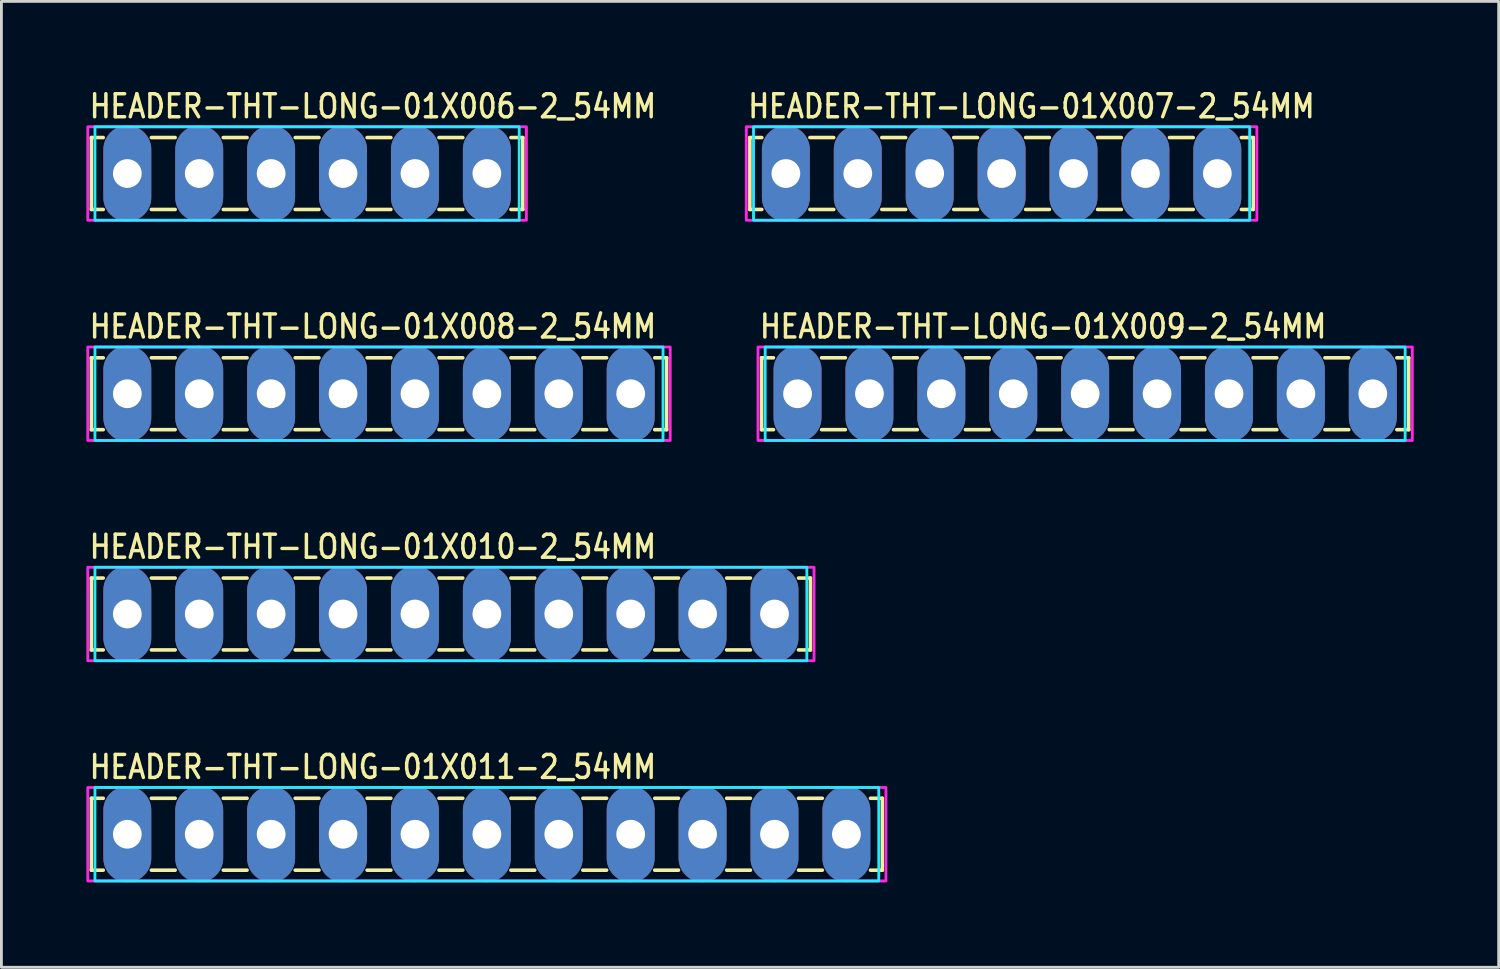
<source format=kicad_pcb>
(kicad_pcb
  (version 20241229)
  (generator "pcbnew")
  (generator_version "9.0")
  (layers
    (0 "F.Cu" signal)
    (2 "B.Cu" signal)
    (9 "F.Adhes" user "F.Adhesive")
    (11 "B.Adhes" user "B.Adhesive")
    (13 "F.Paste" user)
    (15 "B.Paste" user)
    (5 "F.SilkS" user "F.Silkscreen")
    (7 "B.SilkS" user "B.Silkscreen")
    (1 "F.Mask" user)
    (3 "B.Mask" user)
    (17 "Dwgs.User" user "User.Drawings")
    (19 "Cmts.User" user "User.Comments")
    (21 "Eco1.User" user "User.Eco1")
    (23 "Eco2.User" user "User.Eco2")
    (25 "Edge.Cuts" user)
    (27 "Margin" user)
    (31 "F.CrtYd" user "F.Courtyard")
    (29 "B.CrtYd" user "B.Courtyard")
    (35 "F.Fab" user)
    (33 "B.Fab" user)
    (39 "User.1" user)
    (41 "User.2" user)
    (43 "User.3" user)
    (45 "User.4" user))
  (footprint "HEADER-THT-LONG-01X008-2_54MM"
    (layer "F.Cu")
    (at 1.447 10.858)
    (property "Reference" "HEADER-THT-LONG-01X008-2_54MM" (at -1.4 -1.9 0) (unlocked yes) (layer "F.SilkS") (effects (font (size 0.813 0.695) (thickness 0.122)) (justify left bottom)))
    (fp_line (start -1.27 -1.27) (end -1.27 1.27) (stroke (width 0.127) (type solid)) (layer "F.SilkS"))
    (fp_line (start -1.27 1.27) (end -0.85 1.27) (stroke (width 0.127) (type solid)) (layer "F.SilkS"))
    (fp_line (start -0.85 -1.27) (end -1.27 -1.27) (stroke (width 0.127) (type solid)) (layer "F.SilkS"))
    (fp_line (start 0.85 -1.27) (end 1.69 -1.27) (stroke (width 0.127) (type solid)) (layer "F.SilkS"))
    (fp_line (start 0.85 1.27) (end 1.69 1.27) (stroke (width 0.127) (type solid)) (layer "F.SilkS"))
    (fp_line (start 3.39 -1.27) (end 4.23 -1.27) (stroke (width 0.127) (type solid)) (layer "F.SilkS"))
    (fp_line (start 3.39 1.27) (end 4.23 1.27) (stroke (width 0.127) (type solid)) (layer "F.SilkS"))
    (fp_line (start 5.93 -1.27) (end 6.77 -1.27) (stroke (width 0.127) (type solid)) (layer "F.SilkS"))
    (fp_line (start 5.93 1.27) (end 6.77 1.27) (stroke (width 0.127) (type solid)) (layer "F.SilkS"))
    (fp_line (start 8.47 -1.27) (end 9.31 -1.27) (stroke (width 0.127) (type solid)) (layer "F.SilkS"))
    (fp_line (start 8.47 1.27) (end 9.31 1.27) (stroke (width 0.127) (type solid)) (layer "F.SilkS"))
    (fp_line (start 11.01 -1.27) (end 11.85 -1.27) (stroke (width 0.127) (type solid)) (layer "F.SilkS"))
    (fp_line (start 11.01 1.27) (end 11.85 1.27) (stroke (width 0.127) (type solid)) (layer "F.SilkS"))
    (fp_line (start 13.55 -1.27) (end 14.39 -1.27) (stroke (width 0.127) (type solid)) (layer "F.SilkS"))
    (fp_line (start 13.55 1.27) (end 14.39 1.27) (stroke (width 0.127) (type solid)) (layer "F.SilkS"))
    (fp_line (start 16.09 -1.27) (end 16.93 -1.27) (stroke (width 0.127) (type solid)) (layer "F.SilkS"))
    (fp_line (start 16.09 1.27) (end 16.93 1.27) (stroke (width 0.127) (type solid)) (layer "F.SilkS"))
    (fp_line (start 18.63 -1.27) (end 19.05 -1.27) (stroke (width 0.127) (type solid)) (layer "F.SilkS"))
    (fp_line (start 19.05 -1.27) (end 19.05 1.27) (stroke (width 0.127) (type solid)) (layer "F.SilkS"))
    (fp_line (start 19.05 1.27) (end 18.63 1.27) (stroke (width 0.127) (type solid)) (layer "F.SilkS"))
    (fp_poly (pts (xy -1.143 -1.651) (xy 18.923 -1.651) (xy 18.923 1.651) (xy -1.143 1.651)) (stroke (width 0.1) (type solid)) (fill no) (layer "B.CrtYd"))
    (fp_poly (pts (xy -1.397 -1.651) (xy 19.177 -1.651) (xy 19.177 1.651) (xy -1.397 1.651)) (stroke (width 0.1) (type solid)) (fill no) (layer "F.CrtYd"))
    (pad "1" thru_hole oval (at 0 0 90) (size 3.387 1.693) (drill 1.016) (layers "*.Cu" "*.Mask"))
    (pad "2" thru_hole oval (at 2.54 0 90) (size 3.387 1.693) (drill 1.016) (layers "*.Cu" "*.Mask"))
    (pad "3" thru_hole oval (at 5.08 0 90) (size 3.387 1.693) (drill 1.016) (layers "*.Cu" "*.Mask"))
    (pad "4" thru_hole oval (at 7.62 0 90) (size 3.387 1.693) (drill 1.016) (layers "*.Cu" "*.Mask"))
    (pad "5" thru_hole oval (at 10.16 0 90) (size 3.387 1.693) (drill 1.016) (layers "*.Cu" "*.Mask"))
    (pad "6" thru_hole oval (at 12.7 0 90) (size 3.387 1.693) (drill 1.016) (layers "*.Cu" "*.Mask"))
    (pad "7" thru_hole oval (at 15.24 0 90) (size 3.387 1.693) (drill 1.016) (layers "*.Cu" "*.Mask"))
    (pad "8" thru_hole oval (at 17.78 0 90) (size 3.387 1.693) (drill 1.016) (layers "*.Cu" "*.Mask")))
  (footprint "HEADER-THT-LONG-01X010-2_54MM"
    (layer "F.Cu")
    (at 1.447 18.638)
    (property "Reference" "HEADER-THT-LONG-01X010-2_54MM" (at -1.4 -1.9 0) (unlocked yes) (layer "F.SilkS") (effects (font (size 0.813 0.695) (thickness 0.122)) (justify left bottom)))
    (fp_line (start -1.27 -1.27) (end -1.27 1.27) (stroke (width 0.127) (type solid)) (layer "F.SilkS"))
    (fp_line (start -1.27 1.27) (end -0.85 1.27) (stroke (width 0.127) (type solid)) (layer "F.SilkS"))
    (fp_line (start -0.85 -1.27) (end -1.27 -1.27) (stroke (width 0.127) (type solid)) (layer "F.SilkS"))
    (fp_line (start 0.85 -1.27) (end 1.69 -1.27) (stroke (width 0.127) (type solid)) (layer "F.SilkS"))
    (fp_line (start 0.85 1.27) (end 1.69 1.27) (stroke (width 0.127) (type solid)) (layer "F.SilkS"))
    (fp_line (start 3.39 -1.27) (end 4.23 -1.27) (stroke (width 0.127) (type solid)) (layer "F.SilkS"))
    (fp_line (start 3.39 1.27) (end 4.23 1.27) (stroke (width 0.127) (type solid)) (layer "F.SilkS"))
    (fp_line (start 5.93 -1.27) (end 6.77 -1.27) (stroke (width 0.127) (type solid)) (layer "F.SilkS"))
    (fp_line (start 5.93 1.27) (end 6.77 1.27) (stroke (width 0.127) (type solid)) (layer "F.SilkS"))
    (fp_line (start 8.47 -1.27) (end 9.31 -1.27) (stroke (width 0.127) (type solid)) (layer "F.SilkS"))
    (fp_line (start 8.47 1.27) (end 9.31 1.27) (stroke (width 0.127) (type solid)) (layer "F.SilkS"))
    (fp_line (start 11.01 -1.27) (end 11.85 -1.27) (stroke (width 0.127) (type solid)) (layer "F.SilkS"))
    (fp_line (start 11.01 1.27) (end 11.85 1.27) (stroke (width 0.127) (type solid)) (layer "F.SilkS"))
    (fp_line (start 13.55 -1.27) (end 14.39 -1.27) (stroke (width 0.127) (type solid)) (layer "F.SilkS"))
    (fp_line (start 13.55 1.27) (end 14.39 1.27) (stroke (width 0.127) (type solid)) (layer "F.SilkS"))
    (fp_line (start 16.09 -1.27) (end 16.93 -1.27) (stroke (width 0.127) (type solid)) (layer "F.SilkS"))
    (fp_line (start 16.09 1.27) (end 16.93 1.27) (stroke (width 0.127) (type solid)) (layer "F.SilkS"))
    (fp_line (start 18.63 -1.27) (end 19.47 -1.27) (stroke (width 0.127) (type solid)) (layer "F.SilkS"))
    (fp_line (start 18.63 1.27) (end 19.47 1.27) (stroke (width 0.127) (type solid)) (layer "F.SilkS"))
    (fp_line (start 21.17 -1.27) (end 22.01 -1.27) (stroke (width 0.127) (type solid)) (layer "F.SilkS"))
    (fp_line (start 21.17 1.27) (end 22.01 1.27) (stroke (width 0.127) (type solid)) (layer "F.SilkS"))
    (fp_line (start 23.71 -1.27) (end 24.13 -1.27) (stroke (width 0.127) (type solid)) (layer "F.SilkS"))
    (fp_line (start 24.13 -1.27) (end 24.13 1.27) (stroke (width 0.127) (type solid)) (layer "F.SilkS"))
    (fp_line (start 24.13 1.27) (end 23.71 1.27) (stroke (width 0.127) (type solid)) (layer "F.SilkS"))
    (fp_poly (pts (xy -1.143 -1.651) (xy 24.003 -1.651) (xy 24.003 1.651) (xy -1.143 1.651)) (stroke (width 0.1) (type solid)) (fill no) (layer "B.CrtYd"))
    (fp_poly (pts (xy -1.397 -1.651) (xy 24.257 -1.651) (xy 24.257 1.651) (xy -1.397 1.651)) (stroke (width 0.1) (type solid)) (fill no) (layer "F.CrtYd"))
    (pad "1" thru_hole oval (at 0 0 90) (size 3.387 1.693) (drill 1.016) (layers "*.Cu" "*.Mask"))
    (pad "2" thru_hole oval (at 2.54 0 90) (size 3.387 1.693) (drill 1.016) (layers "*.Cu" "*.Mask"))
    (pad "3" thru_hole oval (at 5.08 0 90) (size 3.387 1.693) (drill 1.016) (layers "*.Cu" "*.Mask"))
    (pad "4" thru_hole oval (at 7.62 0 90) (size 3.387 1.693) (drill 1.016) (layers "*.Cu" "*.Mask"))
    (pad "5" thru_hole oval (at 10.16 0 90) (size 3.387 1.693) (drill 1.016) (layers "*.Cu" "*.Mask"))
    (pad "6" thru_hole oval (at 12.7 0 90) (size 3.387 1.693) (drill 1.016) (layers "*.Cu" "*.Mask"))
    (pad "7" thru_hole oval (at 15.24 0 90) (size 3.387 1.693) (drill 1.016) (layers "*.Cu" "*.Mask"))
    (pad "8" thru_hole oval (at 17.78 0 90) (size 3.387 1.693) (drill 1.016) (layers "*.Cu" "*.Mask"))
    (pad "9" thru_hole oval (at 20.32 0 90) (size 3.387 1.693) (drill 1.016) (layers "*.Cu" "*.Mask"))
    (pad "10" thru_hole oval (at 22.86 0 90) (size 3.387 1.693) (drill 1.016) (layers "*.Cu" "*.Mask")))
  (footprint "HEADER-THT-LONG-01X011-2_54MM"
    (layer "F.Cu")
    (at 1.447 26.417)
    (property "Reference" "HEADER-THT-LONG-01X011-2_54MM" (at -1.4 -1.9 0) (unlocked yes) (layer "F.SilkS") (effects (font (size 0.813 0.695) (thickness 0.122)) (justify left bottom)))
    (fp_line (start -1.27 -1.27) (end -1.27 1.27) (stroke (width 0.127) (type solid)) (layer "F.SilkS"))
    (fp_line (start -1.27 1.27) (end -0.85 1.27) (stroke (width 0.127) (type solid)) (layer "F.SilkS"))
    (fp_line (start -0.85 -1.27) (end -1.27 -1.27) (stroke (width 0.127) (type solid)) (layer "F.SilkS"))
    (fp_line (start 0.85 -1.27) (end 1.69 -1.27) (stroke (width 0.127) (type solid)) (layer "F.SilkS"))
    (fp_line (start 0.85 1.27) (end 1.69 1.27) (stroke (width 0.127) (type solid)) (layer "F.SilkS"))
    (fp_line (start 3.39 -1.27) (end 4.23 -1.27) (stroke (width 0.127) (type solid)) (layer "F.SilkS"))
    (fp_line (start 3.39 1.27) (end 4.23 1.27) (stroke (width 0.127) (type solid)) (layer "F.SilkS"))
    (fp_line (start 5.93 -1.27) (end 6.77 -1.27) (stroke (width 0.127) (type solid)) (layer "F.SilkS"))
    (fp_line (start 5.93 1.27) (end 6.77 1.27) (stroke (width 0.127) (type solid)) (layer "F.SilkS"))
    (fp_line (start 8.47 -1.27) (end 9.31 -1.27) (stroke (width 0.127) (type solid)) (layer "F.SilkS"))
    (fp_line (start 8.47 1.27) (end 9.31 1.27) (stroke (width 0.127) (type solid)) (layer "F.SilkS"))
    (fp_line (start 11.01 -1.27) (end 11.85 -1.27) (stroke (width 0.127) (type solid)) (layer "F.SilkS"))
    (fp_line (start 11.01 1.27) (end 11.85 1.27) (stroke (width 0.127) (type solid)) (layer "F.SilkS"))
    (fp_line (start 13.55 -1.27) (end 14.39 -1.27) (stroke (width 0.127) (type solid)) (layer "F.SilkS"))
    (fp_line (start 13.55 1.27) (end 14.39 1.27) (stroke (width 0.127) (type solid)) (layer "F.SilkS"))
    (fp_line (start 16.09 -1.27) (end 16.93 -1.27) (stroke (width 0.127) (type solid)) (layer "F.SilkS"))
    (fp_line (start 16.09 1.27) (end 16.93 1.27) (stroke (width 0.127) (type solid)) (layer "F.SilkS"))
    (fp_line (start 18.63 -1.27) (end 19.47 -1.27) (stroke (width 0.127) (type solid)) (layer "F.SilkS"))
    (fp_line (start 18.63 1.27) (end 19.47 1.27) (stroke (width 0.127) (type solid)) (layer "F.SilkS"))
    (fp_line (start 21.17 -1.27) (end 22.01 -1.27) (stroke (width 0.127) (type solid)) (layer "F.SilkS"))
    (fp_line (start 21.17 1.27) (end 22.01 1.27) (stroke (width 0.127) (type solid)) (layer "F.SilkS"))
    (fp_line (start 23.71 -1.27) (end 24.55 -1.27) (stroke (width 0.127) (type solid)) (layer "F.SilkS"))
    (fp_line (start 23.71 1.27) (end 24.55 1.27) (stroke (width 0.127) (type solid)) (layer "F.SilkS"))
    (fp_line (start 26.25 -1.27) (end 26.67 -1.27) (stroke (width 0.127) (type solid)) (layer "F.SilkS"))
    (fp_line (start 26.67 -1.27) (end 26.67 1.27) (stroke (width 0.127) (type solid)) (layer "F.SilkS"))
    (fp_line (start 26.67 1.27) (end 26.25 1.27) (stroke (width 0.127) (type solid)) (layer "F.SilkS"))
    (fp_poly (pts (xy -1.143 -1.651) (xy 26.543 -1.651) (xy 26.543 1.651) (xy -1.143 1.651)) (stroke (width 0.1) (type solid)) (fill no) (layer "B.CrtYd"))
    (fp_poly (pts (xy -1.397 -1.651) (xy 26.797 -1.651) (xy 26.797 1.651) (xy -1.397 1.651)) (stroke (width 0.1) (type solid)) (fill no) (layer "F.CrtYd"))
    (pad "1" thru_hole oval (at 0 0 90) (size 3.387 1.693) (drill 1.016) (layers "*.Cu" "*.Mask"))
    (pad "2" thru_hole oval (at 2.54 0 90) (size 3.387 1.693) (drill 1.016) (layers "*.Cu" "*.Mask"))
    (pad "3" thru_hole oval (at 5.08 0 90) (size 3.387 1.693) (drill 1.016) (layers "*.Cu" "*.Mask"))
    (pad "4" thru_hole oval (at 7.62 0 90) (size 3.387 1.693) (drill 1.016) (layers "*.Cu" "*.Mask"))
    (pad "5" thru_hole oval (at 10.16 0 90) (size 3.387 1.693) (drill 1.016) (layers "*.Cu" "*.Mask"))
    (pad "6" thru_hole oval (at 12.7 0 90) (size 3.387 1.693) (drill 1.016) (layers "*.Cu" "*.Mask"))
    (pad "7" thru_hole oval (at 15.24 0 90) (size 3.387 1.693) (drill 1.016) (layers "*.Cu" "*.Mask"))
    (pad "8" thru_hole oval (at 17.78 0 90) (size 3.387 1.693) (drill 1.016) (layers "*.Cu" "*.Mask"))
    (pad "9" thru_hole oval (at 20.32 0 90) (size 3.387 1.693) (drill 1.016) (layers "*.Cu" "*.Mask"))
    (pad "10" thru_hole oval (at 22.86 0 90) (size 3.387 1.693) (drill 1.016) (layers "*.Cu" "*.Mask"))
    (pad "11" thru_hole oval (at 25.4 0 90) (size 3.387 1.693) (drill 1.016) (layers "*.Cu" "*.Mask")))
  (footprint "HEADER-THT-LONG-01X006-2_54MM"
    (layer "F.Cu")
    (at 1.447 3.079)
    (property "Reference" "HEADER-THT-LONG-01X006-2_54MM" (at -1.4 -1.9 0) (unlocked yes) (layer "F.SilkS") (effects (font (size 0.813 0.695) (thickness 0.122)) (justify left bottom)))
    (fp_line (start -1.27 -1.27) (end -1.27 1.27) (stroke (width 0.127) (type solid)) (layer "F.SilkS"))
    (fp_line (start -1.27 1.27) (end -0.85 1.27) (stroke (width 0.127) (type solid)) (layer "F.SilkS"))
    (fp_line (start -0.85 -1.27) (end -1.27 -1.27) (stroke (width 0.127) (type solid)) (layer "F.SilkS"))
    (fp_line (start 0.85 -1.27) (end 1.69 -1.27) (stroke (width 0.127) (type solid)) (layer "F.SilkS"))
    (fp_line (start 0.85 1.27) (end 1.69 1.27) (stroke (width 0.127) (type solid)) (layer "F.SilkS"))
    (fp_line (start 3.39 -1.27) (end 4.23 -1.27) (stroke (width 0.127) (type solid)) (layer "F.SilkS"))
    (fp_line (start 3.39 1.27) (end 4.23 1.27) (stroke (width 0.127) (type solid)) (layer "F.SilkS"))
    (fp_line (start 5.93 -1.27) (end 6.77 -1.27) (stroke (width 0.127) (type solid)) (layer "F.SilkS"))
    (fp_line (start 5.93 1.27) (end 6.77 1.27) (stroke (width 0.127) (type solid)) (layer "F.SilkS"))
    (fp_line (start 8.47 -1.27) (end 9.31 -1.27) (stroke (width 0.127) (type solid)) (layer "F.SilkS"))
    (fp_line (start 8.47 1.27) (end 9.31 1.27) (stroke (width 0.127) (type solid)) (layer "F.SilkS"))
    (fp_line (start 11.01 -1.27) (end 11.85 -1.27) (stroke (width 0.127) (type solid)) (layer "F.SilkS"))
    (fp_line (start 11.01 1.27) (end 11.85 1.27) (stroke (width 0.127) (type solid)) (layer "F.SilkS"))
    (fp_line (start 13.55 -1.27) (end 13.97 -1.27) (stroke (width 0.127) (type solid)) (layer "F.SilkS"))
    (fp_line (start 13.97 -1.27) (end 13.97 1.27) (stroke (width 0.127) (type solid)) (layer "F.SilkS"))
    (fp_line (start 13.97 1.27) (end 13.55 1.27) (stroke (width 0.127) (type solid)) (layer "F.SilkS"))
    (fp_poly (pts (xy -1.143 -1.651) (xy 13.843 -1.651) (xy 13.843 1.651) (xy -1.143 1.651)) (stroke (width 0.1) (type solid)) (fill no) (layer "B.CrtYd"))
    (fp_poly (pts (xy -1.397 -1.651) (xy 14.097 -1.651) (xy 14.097 1.651) (xy -1.397 1.651)) (stroke (width 0.1) (type solid)) (fill no) (layer "F.CrtYd"))
    (pad "1" thru_hole oval (at 0 0 90) (size 3.387 1.693) (drill 1.016) (layers "*.Cu" "*.Mask"))
    (pad "2" thru_hole oval (at 2.54 0 90) (size 3.387 1.693) (drill 1.016) (layers "*.Cu" "*.Mask"))
    (pad "3" thru_hole oval (at 5.08 0 90) (size 3.387 1.693) (drill 1.016) (layers "*.Cu" "*.Mask"))
    (pad "4" thru_hole oval (at 7.62 0 90) (size 3.387 1.693) (drill 1.016) (layers "*.Cu" "*.Mask"))
    (pad "5" thru_hole oval (at 10.16 0 90) (size 3.387 1.693) (drill 1.016) (layers "*.Cu" "*.Mask"))
    (pad "6" thru_hole oval (at 12.7 0 90) (size 3.387 1.693) (drill 1.016) (layers "*.Cu" "*.Mask")))
  (footprint "HEADER-THT-LONG-01X009-2_54MM"
    (layer "F.Cu")
    (at 25.121 10.858)
    (property "Reference" "HEADER-THT-LONG-01X009-2_54MM" (at -1.4 -1.9 0) (unlocked yes) (layer "F.SilkS") (effects (font (size 0.813 0.695) (thickness 0.122)) (justify left bottom)))
    (fp_line (start -1.27 -1.27) (end -1.27 1.27) (stroke (width 0.127) (type solid)) (layer "F.SilkS"))
    (fp_line (start -1.27 1.27) (end -0.85 1.27) (stroke (width 0.127) (type solid)) (layer "F.SilkS"))
    (fp_line (start -0.85 -1.27) (end -1.27 -1.27) (stroke (width 0.127) (type solid)) (layer "F.SilkS"))
    (fp_line (start 0.85 -1.27) (end 1.69 -1.27) (stroke (width 0.127) (type solid)) (layer "F.SilkS"))
    (fp_line (start 0.85 1.27) (end 1.69 1.27) (stroke (width 0.127) (type solid)) (layer "F.SilkS"))
    (fp_line (start 3.39 -1.27) (end 4.23 -1.27) (stroke (width 0.127) (type solid)) (layer "F.SilkS"))
    (fp_line (start 3.39 1.27) (end 4.23 1.27) (stroke (width 0.127) (type solid)) (layer "F.SilkS"))
    (fp_line (start 5.93 -1.27) (end 6.77 -1.27) (stroke (width 0.127) (type solid)) (layer "F.SilkS"))
    (fp_line (start 5.93 1.27) (end 6.77 1.27) (stroke (width 0.127) (type solid)) (layer "F.SilkS"))
    (fp_line (start 8.47 -1.27) (end 9.31 -1.27) (stroke (width 0.127) (type solid)) (layer "F.SilkS"))
    (fp_line (start 8.47 1.27) (end 9.31 1.27) (stroke (width 0.127) (type solid)) (layer "F.SilkS"))
    (fp_line (start 11.01 -1.27) (end 11.85 -1.27) (stroke (width 0.127) (type solid)) (layer "F.SilkS"))
    (fp_line (start 11.01 1.27) (end 11.85 1.27) (stroke (width 0.127) (type solid)) (layer "F.SilkS"))
    (fp_line (start 13.55 -1.27) (end 14.39 -1.27) (stroke (width 0.127) (type solid)) (layer "F.SilkS"))
    (fp_line (start 13.55 1.27) (end 14.39 1.27) (stroke (width 0.127) (type solid)) (layer "F.SilkS"))
    (fp_line (start 16.09 -1.27) (end 16.93 -1.27) (stroke (width 0.127) (type solid)) (layer "F.SilkS"))
    (fp_line (start 16.09 1.27) (end 16.93 1.27) (stroke (width 0.127) (type solid)) (layer "F.SilkS"))
    (fp_line (start 18.63 -1.27) (end 19.47 -1.27) (stroke (width 0.127) (type solid)) (layer "F.SilkS"))
    (fp_line (start 18.63 1.27) (end 19.47 1.27) (stroke (width 0.127) (type solid)) (layer "F.SilkS"))
    (fp_line (start 21.17 -1.27) (end 21.59 -1.27) (stroke (width 0.127) (type solid)) (layer "F.SilkS"))
    (fp_line (start 21.59 -1.27) (end 21.59 1.27) (stroke (width 0.127) (type solid)) (layer "F.SilkS"))
    (fp_line (start 21.59 1.27) (end 21.17 1.27) (stroke (width 0.127) (type solid)) (layer "F.SilkS"))
    (fp_poly (pts (xy -1.143 -1.651) (xy 21.463 -1.651) (xy 21.463 1.651) (xy -1.143 1.651)) (stroke (width 0.1) (type solid)) (fill no) (layer "B.CrtYd"))
    (fp_poly (pts (xy -1.397 -1.651) (xy 21.717 -1.651) (xy 21.717 1.651) (xy -1.397 1.651)) (stroke (width 0.1) (type solid)) (fill no) (layer "F.CrtYd"))
    (pad "1" thru_hole oval (at 0 0 90) (size 3.387 1.693) (drill 1.016) (layers "*.Cu" "*.Mask"))
    (pad "2" thru_hole oval (at 2.54 0 90) (size 3.387 1.693) (drill 1.016) (layers "*.Cu" "*.Mask"))
    (pad "3" thru_hole oval (at 5.08 0 90) (size 3.387 1.693) (drill 1.016) (layers "*.Cu" "*.Mask"))
    (pad "4" thru_hole oval (at 7.62 0 90) (size 3.387 1.693) (drill 1.016) (layers "*.Cu" "*.Mask"))
    (pad "5" thru_hole oval (at 10.16 0 90) (size 3.387 1.693) (drill 1.016) (layers "*.Cu" "*.Mask"))
    (pad "6" thru_hole oval (at 12.7 0 90) (size 3.387 1.693) (drill 1.016) (layers "*.Cu" "*.Mask"))
    (pad "7" thru_hole oval (at 15.24 0 90) (size 3.387 1.693) (drill 1.016) (layers "*.Cu" "*.Mask"))
    (pad "8" thru_hole oval (at 17.78 0 90) (size 3.387 1.693) (drill 1.016) (layers "*.Cu" "*.Mask"))
    (pad "9" thru_hole oval (at 20.32 0 90) (size 3.387 1.693) (drill 1.016) (layers "*.Cu" "*.Mask")))
  (footprint "HEADER-THT-LONG-01X007-2_54MM"
    (layer "F.Cu")
    (at 24.709 3.079)
    (property "Reference" "HEADER-THT-LONG-01X007-2_54MM" (at -1.4 -1.9 0) (unlocked yes) (layer "F.SilkS") (effects (font (size 0.813 0.695) (thickness 0.122)) (justify left bottom)))
    (fp_line (start -1.27 -1.27) (end -1.27 1.27) (stroke (width 0.127) (type solid)) (layer "F.SilkS"))
    (fp_line (start -1.27 1.27) (end -0.85 1.27) (stroke (width 0.127) (type solid)) (layer "F.SilkS"))
    (fp_line (start -0.85 -1.27) (end -1.27 -1.27) (stroke (width 0.127) (type solid)) (layer "F.SilkS"))
    (fp_line (start 0.85 -1.27) (end 1.69 -1.27) (stroke (width 0.127) (type solid)) (layer "F.SilkS"))
    (fp_line (start 0.85 1.27) (end 1.69 1.27) (stroke (width 0.127) (type solid)) (layer "F.SilkS"))
    (fp_line (start 3.39 -1.27) (end 4.23 -1.27) (stroke (width 0.127) (type solid)) (layer "F.SilkS"))
    (fp_line (start 3.39 1.27) (end 4.23 1.27) (stroke (width 0.127) (type solid)) (layer "F.SilkS"))
    (fp_line (start 5.93 -1.27) (end 6.77 -1.27) (stroke (width 0.127) (type solid)) (layer "F.SilkS"))
    (fp_line (start 5.93 1.27) (end 6.77 1.27) (stroke (width 0.127) (type solid)) (layer "F.SilkS"))
    (fp_line (start 8.47 -1.27) (end 9.31 -1.27) (stroke (width 0.127) (type solid)) (layer "F.SilkS"))
    (fp_line (start 8.47 1.27) (end 9.31 1.27) (stroke (width 0.127) (type solid)) (layer "F.SilkS"))
    (fp_line (start 11.01 -1.27) (end 11.85 -1.27) (stroke (width 0.127) (type solid)) (layer "F.SilkS"))
    (fp_line (start 11.01 1.27) (end 11.85 1.27) (stroke (width 0.127) (type solid)) (layer "F.SilkS"))
    (fp_line (start 13.55 -1.27) (end 14.39 -1.27) (stroke (width 0.127) (type solid)) (layer "F.SilkS"))
    (fp_line (start 13.55 1.27) (end 14.39 1.27) (stroke (width 0.127) (type solid)) (layer "F.SilkS"))
    (fp_line (start 16.09 -1.27) (end 16.51 -1.27) (stroke (width 0.127) (type solid)) (layer "F.SilkS"))
    (fp_line (start 16.51 -1.27) (end 16.51 1.27) (stroke (width 0.127) (type solid)) (layer "F.SilkS"))
    (fp_line (start 16.51 1.27) (end 16.09 1.27) (stroke (width 0.127) (type solid)) (layer "F.SilkS"))
    (fp_poly (pts (xy -1.143 -1.651) (xy 16.383 -1.651) (xy 16.383 1.651) (xy -1.143 1.651)) (stroke (width 0.1) (type solid)) (fill no) (layer "B.CrtYd"))
    (fp_poly (pts (xy -1.397 -1.651) (xy 16.637 -1.651) (xy 16.637 1.651) (xy -1.397 1.651)) (stroke (width 0.1) (type solid)) (fill no) (layer "F.CrtYd"))
    (pad "1" thru_hole oval (at 0 0 90) (size 3.387 1.693) (drill 1.016) (layers "*.Cu" "*.Mask"))
    (pad "2" thru_hole oval (at 2.54 0 90) (size 3.387 1.693) (drill 1.016) (layers "*.Cu" "*.Mask"))
    (pad "3" thru_hole oval (at 5.08 0 90) (size 3.387 1.693) (drill 1.016) (layers "*.Cu" "*.Mask"))
    (pad "4" thru_hole oval (at 7.62 0 90) (size 3.387 1.693) (drill 1.016) (layers "*.Cu" "*.Mask"))
    (pad "5" thru_hole oval (at 10.16 0 90) (size 3.387 1.693) (drill 1.016) (layers "*.Cu" "*.Mask"))
    (pad "6" thru_hole oval (at 12.7 0 90) (size 3.387 1.693) (drill 1.016) (layers "*.Cu" "*.Mask"))
    (pad "7" thru_hole oval (at 15.24 0 90) (size 3.387 1.693) (drill 1.016) (layers "*.Cu" "*.Mask")))
  (gr_rect
    (start -3 -3)
    (end 49.888 31.118)
    (stroke (width 0.1) (type default))
    (fill no)
    (layer "Edge.Cuts")))
</source>
